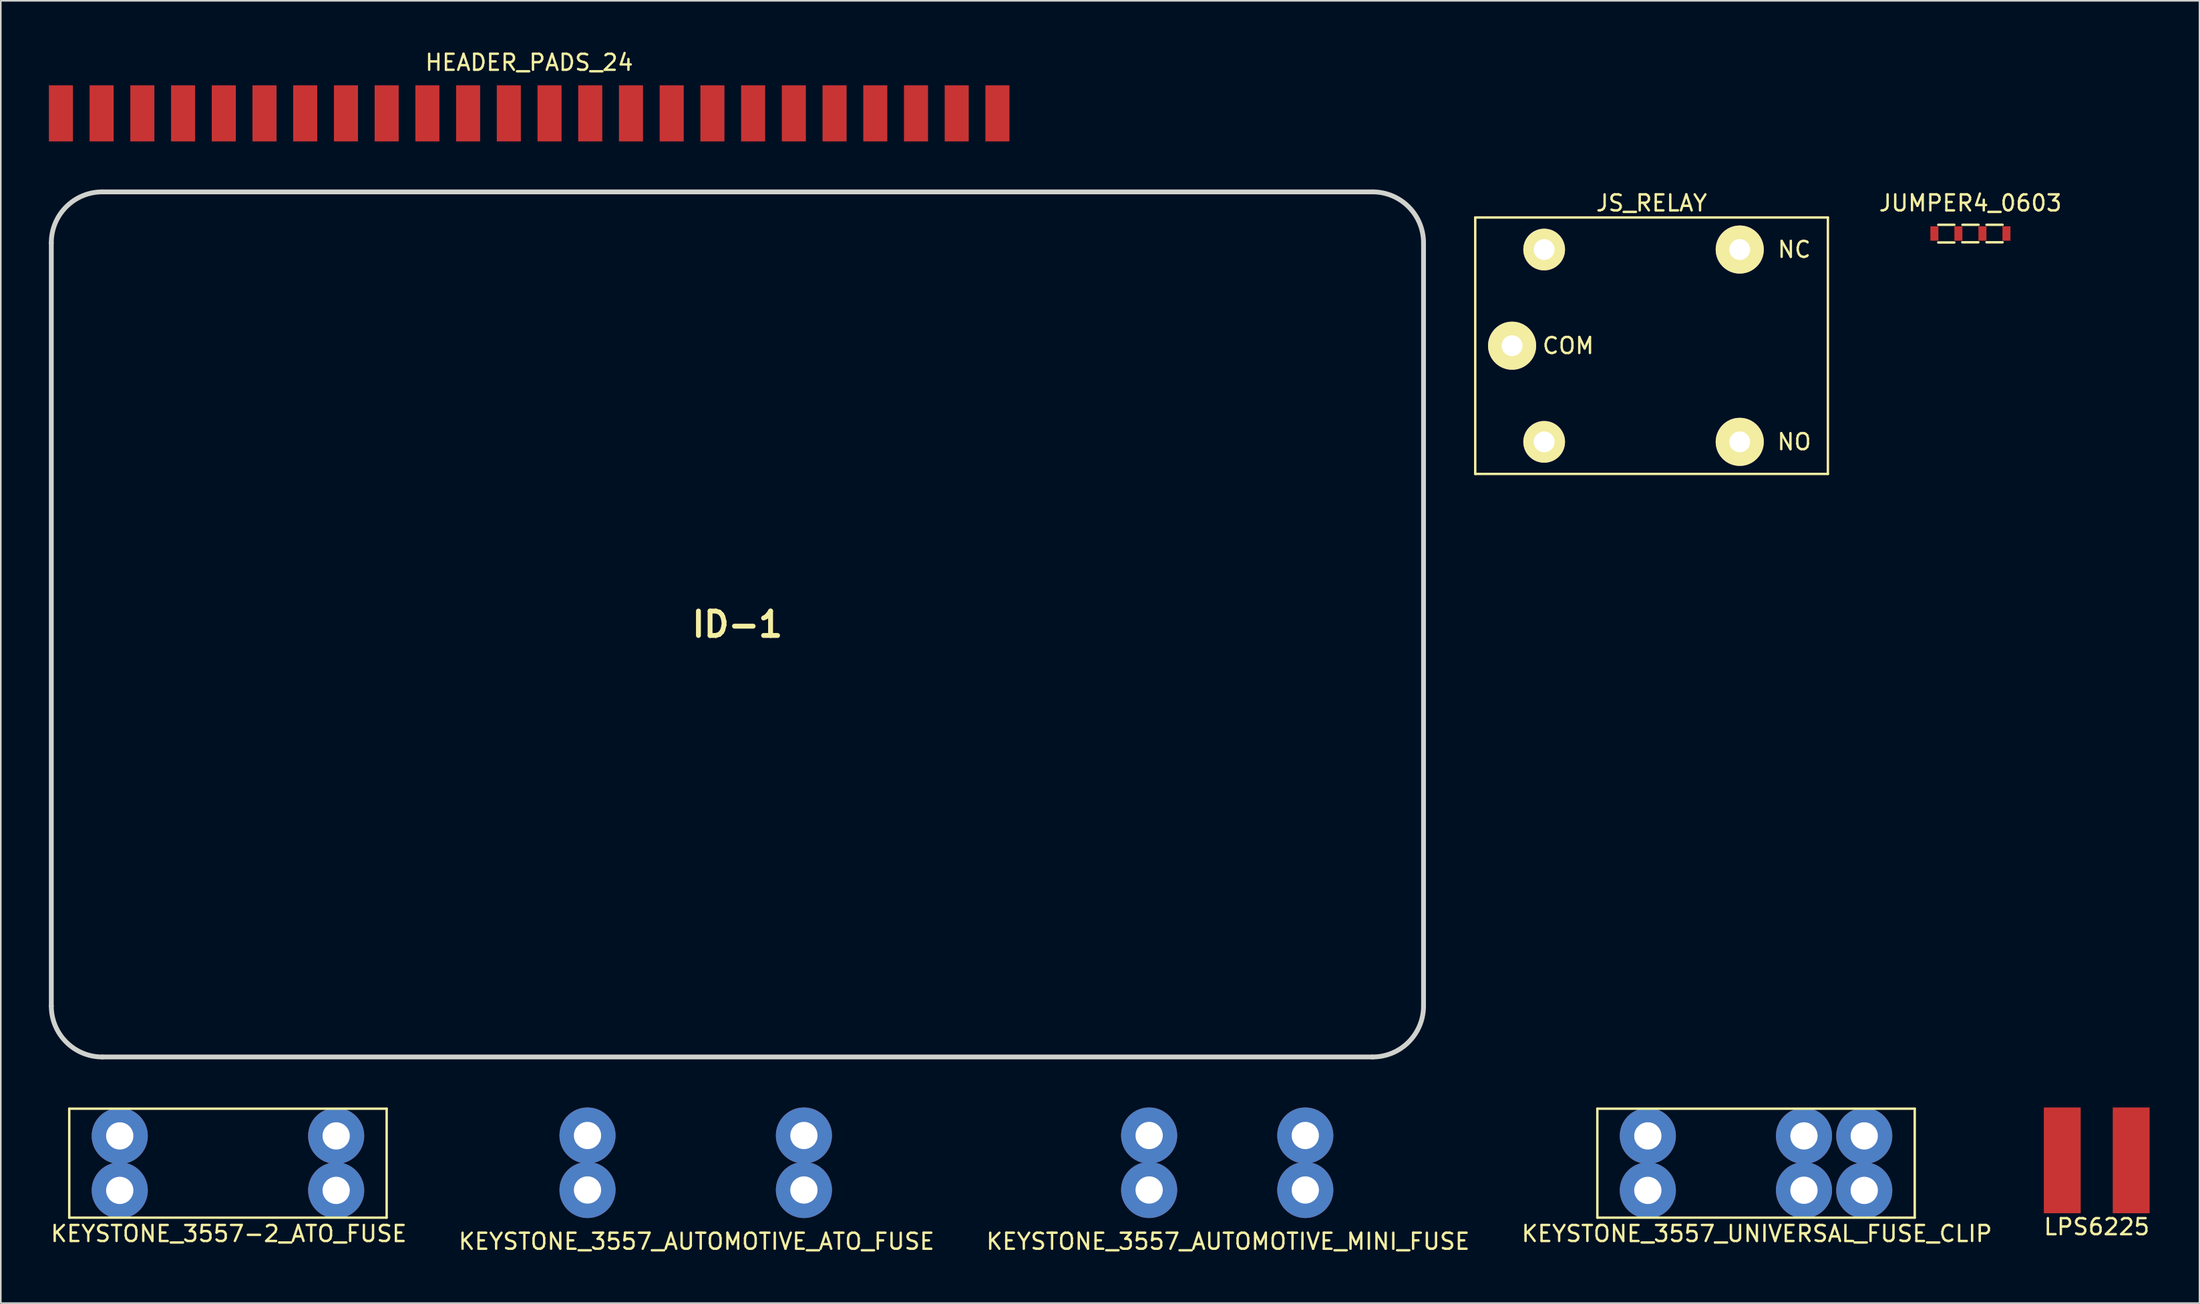
<source format=kicad_pcb>
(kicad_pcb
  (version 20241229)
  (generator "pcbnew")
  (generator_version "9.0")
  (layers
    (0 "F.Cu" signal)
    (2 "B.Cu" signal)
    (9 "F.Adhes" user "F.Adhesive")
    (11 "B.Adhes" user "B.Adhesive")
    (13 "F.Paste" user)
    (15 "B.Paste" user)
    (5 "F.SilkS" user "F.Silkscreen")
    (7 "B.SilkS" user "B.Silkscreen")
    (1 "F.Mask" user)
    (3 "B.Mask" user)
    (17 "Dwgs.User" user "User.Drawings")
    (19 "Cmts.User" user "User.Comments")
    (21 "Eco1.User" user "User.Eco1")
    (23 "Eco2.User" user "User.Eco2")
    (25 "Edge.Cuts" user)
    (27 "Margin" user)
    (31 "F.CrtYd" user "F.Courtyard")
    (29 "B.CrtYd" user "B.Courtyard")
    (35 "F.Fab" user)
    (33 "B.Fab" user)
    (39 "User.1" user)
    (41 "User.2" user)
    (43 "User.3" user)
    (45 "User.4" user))
  (footprint "KEYSTONE_3557_UNIVERSAL_FUSE_CLIP"
    (layer "F.Cu")
    (at 106.492 69.528)
    (property "Reference" "KEYSTONE_3557_UNIVERSAL_FUSE_CLIP" (at 0.05 4.4 0) (layer "F.SilkS") (effects (font (size 1 1) (thickness 0.15))))
    (attr through_hole)
    (fp_line (start -9.9 -3.4) (end 9.9 -3.4) (stroke (width 0.15) (type solid)) (layer "F.SilkS"))
    (fp_line (start -9.9 3.4) (end -9.9 -3.4) (stroke (width 0.15) (type solid)) (layer "F.SilkS"))
    (fp_line (start 9.9 -3.4) (end 9.9 3.4) (stroke (width 0.15) (type solid)) (layer "F.SilkS"))
    (fp_line (start 9.9 3.4) (end -9.9 3.4) (stroke (width 0.15) (type solid)) (layer "F.SilkS"))
    (pad "1" thru_hole circle (at -6.75 -1.7) (size 3.5 3.5) (drill 1.7) (layers "*.Cu" "*.Mask"))
    (pad "1" thru_hole circle (at -6.75 1.7) (size 3.5 3.5) (drill 1.7) (layers "*.Cu" "*.Mask"))
    (pad "2" thru_hole circle (at 2.99 -1.7) (size 3.5 3.5) (drill 1.7) (layers "*.Cu" "*.Mask"))
    (pad "2" thru_hole circle (at 2.99 1.69) (size 3.5 3.5) (drill 1.7) (layers "*.Cu" "*.Mask"))
    (pad "2" thru_hole circle (at 6.75 -1.7) (size 3.5 3.5) (drill 1.7) (layers "*.Cu" "*.Mask"))
    (pad "2" thru_hole circle (at 6.75 1.7) (size 3.5 3.5) (drill 1.7) (layers "*.Cu" "*.Mask")))
  (footprint "JUMPER4_0603"
    (layer "F.Cu")
    (at 119.865 11.521)
    (property "Reference" "JUMPER4_0603" (at 0 -1.9 0) (layer "F.SilkS") (effects (font (size 1 1) (thickness 0.15))))
    (attr smd)
    (fp_line (start -2.007 -0.546) (end -1.003 -0.546) (stroke (width 0.15) (type solid)) (layer "F.SilkS"))
    (fp_line (start -2.007 0.559) (end -1.003 0.559) (stroke (width 0.15) (type solid)) (layer "F.SilkS"))
    (fp_line (start -0.508 0.546) (end 0.495 0.546) (stroke (width 0.15) (type solid)) (layer "F.SilkS"))
    (fp_line (start -0.495 -0.546) (end 0.508 -0.546) (stroke (width 0.15) (type solid)) (layer "F.SilkS"))
    (fp_line (start 1.003 -0.546) (end 2.007 -0.546) (stroke (width 0.15) (type solid)) (layer "F.SilkS"))
    (fp_line (start 1.003 0.546) (end 2.007 0.546) (stroke (width 0.15) (type solid)) (layer "F.SilkS"))
    (pad "1" smd rect (at -2.248 0) (size 0.5 0.9) (layers "F.Cu" "F.Mask" "F.Paste"))
    (pad "2" smd rect (at -0.75 0) (size 0.5 0.9) (layers "F.Cu" "F.Mask" "F.Paste"))
    (pad "3" smd rect (at 0.75 0) (size 0.5 0.9) (layers "F.Cu" "F.Mask" "F.Paste"))
    (pad "4" smd rect (at 2.248 0) (size 0.5 0.9) (layers "F.Cu" "F.Mask" "F.Paste")))
  (footprint "KEYSTONE_3557-2_ATO_FUSE"
    (layer "F.Cu")
    (at 11.17 69.528)
    (property "Reference" "KEYSTONE_3557-2_ATO_FUSE" (at 0.05 4.4 0) (layer "F.SilkS") (effects (font (size 1 1) (thickness 0.15))))
    (attr through_hole)
    (fp_line (start -9.9 -3.4) (end 9.9 -3.4) (stroke (width 0.15) (type solid)) (layer "F.SilkS"))
    (fp_line (start -9.9 3.4) (end -9.9 -3.4) (stroke (width 0.15) (type solid)) (layer "F.SilkS"))
    (fp_line (start 9.9 -3.4) (end 9.9 3.4) (stroke (width 0.15) (type solid)) (layer "F.SilkS"))
    (fp_line (start 9.9 3.4) (end -9.9 3.4) (stroke (width 0.15) (type solid)) (layer "F.SilkS"))
    (pad "1" thru_hole circle (at -6.75 -1.7) (size 3.5 3.5) (drill 1.7) (layers "*.Cu" "*.Mask"))
    (pad "1" thru_hole circle (at -6.75 1.7) (size 3.5 3.5) (drill 1.7) (layers "*.Cu" "*.Mask"))
    (pad "2" thru_hole circle (at 6.75 -1.7) (size 3.5 3.5) (drill 1.7) (layers "*.Cu" "*.Mask"))
    (pad "2" thru_hole circle (at 6.75 1.7) (size 3.5 3.5) (drill 1.7) (layers "*.Cu" "*.Mask")))
  (footprint "HEADER_PADS_24"
    (layer "F.Cu")
    (at 29.96 4.023)
    (property "Reference" "HEADER_PADS_24" (at 0 -3.175 0) (layer "F.SilkS") (effects (font (size 1 1) (thickness 0.15))))
    (attr through_hole)
    (pad "1" smd rect (at -29.21 0) (size 1.5 3.5) (layers "F.Cu" "F.Mask" "F.Paste"))
    (pad "2" smd rect (at -26.67 0) (size 1.5 3.5) (layers "F.Cu" "F.Mask" "F.Paste"))
    (pad "3" smd rect (at -24.13 0) (size 1.5 3.5) (layers "F.Cu" "F.Mask" "F.Paste"))
    (pad "4" smd rect (at -21.59 0) (size 1.5 3.5) (layers "F.Cu" "F.Mask" "F.Paste"))
    (pad "5" smd rect (at -19.05 0) (size 1.5 3.5) (layers "F.Cu" "F.Mask" "F.Paste"))
    (pad "6" smd rect (at -16.51 0) (size 1.5 3.5) (layers "F.Cu" "F.Mask" "F.Paste"))
    (pad "7" smd rect (at -13.97 0) (size 1.5 3.5) (layers "F.Cu" "F.Mask" "F.Paste"))
    (pad "8" smd rect (at -11.43 0) (size 1.5 3.5) (layers "F.Cu" "F.Mask" "F.Paste"))
    (pad "9" smd rect (at -8.89 0) (size 1.5 3.5) (layers "F.Cu" "F.Mask" "F.Paste"))
    (pad "10" smd rect (at -6.35 0) (size 1.5 3.5) (layers "F.Cu" "F.Mask" "F.Paste"))
    (pad "11" smd rect (at -3.81 0) (size 1.5 3.5) (layers "F.Cu" "F.Mask" "F.Paste"))
    (pad "12" smd rect (at -1.27 0) (size 1.5 3.5) (layers "F.Cu" "F.Mask" "F.Paste"))
    (pad "13" smd rect (at 1.27 0) (size 1.5 3.5) (layers "F.Cu" "F.Mask" "F.Paste"))
    (pad "14" smd rect (at 3.81 0) (size 1.5 3.5) (layers "F.Cu" "F.Mask" "F.Paste"))
    (pad "15" smd rect (at 6.35 0) (size 1.5 3.5) (layers "F.Cu" "F.Mask" "F.Paste"))
    (pad "16" smd rect (at 8.89 0) (size 1.5 3.5) (layers "F.Cu" "F.Mask" "F.Paste"))
    (pad "17" smd rect (at 11.43 0) (size 1.5 3.5) (layers "F.Cu" "F.Mask" "F.Paste"))
    (pad "18" smd rect (at 13.97 0) (size 1.5 3.5) (layers "F.Cu" "F.Mask" "F.Paste"))
    (pad "19" smd rect (at 16.51 0) (size 1.5 3.5) (layers "F.Cu" "F.Mask" "F.Paste"))
    (pad "20" smd rect (at 19.05 0) (size 1.5 3.5) (layers "F.Cu" "F.Mask" "F.Paste"))
    (pad "21" smd rect (at 21.59 0) (size 1.5 3.5) (layers "F.Cu" "F.Mask" "F.Paste"))
    (pad "22" smd rect (at 24.13 0) (size 1.5 3.5) (layers "F.Cu" "F.Mask" "F.Paste"))
    (pad "23" smd rect (at 26.67 0) (size 1.5 3.5) (layers "F.Cu" "F.Mask" "F.Paste"))
    (pad "24" smd rect (at 29.21 0) (size 1.5 3.5) (layers "F.Cu" "F.Mask" "F.Paste")))
  (footprint "KEYSTONE_3557_AUTOMOTIVE_ATO_FUSE"
    (layer "F.Cu")
    (at 40.349 69.503)
    (property "Reference" "KEYSTONE_3557_AUTOMOTIVE_ATO_FUSE" (at 0.05 4.91 0) (layer "F.SilkS") (effects (font (size 1 1) (thickness 0.15))))
    (attr through_hole)
    (pad "1" thru_hole circle (at -6.75 -1.7) (size 3.5 3.5) (drill 1.7) (layers "*.Cu" "*.Mask"))
    (pad "1" thru_hole circle (at -6.75 1.7) (size 3.5 3.5) (drill 1.7) (layers "*.Cu" "*.Mask"))
    (pad "2" thru_hole circle (at 6.75 -1.7) (size 3.5 3.5) (drill 1.7) (layers "*.Cu" "*.Mask"))
    (pad "2" thru_hole circle (at 6.75 1.7) (size 3.5 3.5) (drill 1.7) (layers "*.Cu" "*.Mask")))
  (footprint "LPS6225"
    (layer "F.Cu")
    (at 127.744 69.353)
    (property "Reference" "LPS6225" (at 0 4.15 0) (layer "F.SilkS") (effects (font (size 1 1) (thickness 0.15))))
    (attr through_hole)
    (pad "1" smd rect (at -2.15 0) (size 2.3 6.6) (layers "F.Cu" "F.Mask" "F.Paste"))
    (pad "2" smd rect (at 2.15 0) (size 2.3 6.6) (layers "F.Cu" "F.Mask" "F.Paste")))
  (footprint "JS_RELAY"
    (layer "F.Cu")
    (at 99.975 18.521)
    (property "Reference" "JS_RELAY" (at 0 -8.9 0) (layer "F.SilkS") (effects (font (size 1 1) (thickness 0.15))))
    (attr through_hole)
    (fp_line (start -11 -8) (end 11 -8) (stroke (width 0.15) (type solid)) (layer "F.SilkS"))
    (fp_line (start -11 8) (end -11 -8) (stroke (width 0.15) (type solid)) (layer "F.SilkS"))
    (fp_line (start 11 -8) (end 11 8) (stroke (width 0.15) (type solid)) (layer "F.SilkS"))
    (fp_line (start 11 8) (end -11 8) (stroke (width 0.15) (type solid)) (layer "F.SilkS"))
    (fp_text user "NO" (at 8.9 6 0) (layer "F.SilkS") (effects (font (size 1 1) (thickness 0.15))))
    (fp_text user "COM" (at -5.2 0 0) (layer "F.SilkS") (effects (font (size 1 1) (thickness 0.15))))
    (fp_text user "NC" (at 8.9 -6 0) (layer "F.SilkS") (effects (font (size 1 1) (thickness 0.15))))
    (pad "1" thru_hole circle (at -8.7 0) (size 3 3) (drill 1.3) (layers "*.Cu" "*.Mask" "F.SilkS"))
    (pad "2" thru_hole circle (at -6.7 6) (size 2.6 2.6) (drill 1.3) (layers "*.Cu" "*.Mask" "F.SilkS"))
    (pad "3" thru_hole circle (at 5.5 6) (size 3 3) (drill 1.3) (layers "*.Cu" "*.Mask" "F.SilkS"))
    (pad "4" thru_hole circle (at 5.5 -6) (size 3 3) (drill 1.3) (layers "*.Cu" "*.Mask" "F.SilkS"))
    (pad "5" thru_hole circle (at -6.7 -6) (size 2.6 2.6) (drill 1.3) (layers "*.Cu" "*.Mask" "F.SilkS")))
  (footprint "ID-1"
    (layer "F.Cu")
    (at 42.95 35.913)
    (property "Reference" "ID-1" (at 0 0 0) (layer "F.SilkS") (effects (font (size 1.524 1.524) (thickness 0.305))))
    (attr through_hole)
    (fp_line (start -42.8 -23.81) (end -42.8 23.81) (stroke (width 0.3) (type solid)) (layer "Edge.Cuts"))
    (fp_line (start -39.62 26.99) (end 39.62 26.99) (stroke (width 0.3) (type solid)) (layer "Edge.Cuts"))
    (fp_line (start 39.62 -26.99) (end -39.62 -26.99) (stroke (width 0.3) (type solid)) (layer "Edge.Cuts"))
    (fp_line (start 42.8 23.81) (end 42.8 -23.81) (stroke (width 0.3) (type solid)) (layer "Edge.Cuts"))
    (fp_arc (start -42.8 -23.81) (mid -41.8686 -26.0586) (end -39.62 -26.99) (stroke (width 0.29972) (type solid)) (layer "Edge.Cuts"))
    (fp_arc (start -39.62 26.99) (mid -41.8686 26.0586) (end -42.8 23.81) (stroke (width 0.29972) (type solid)) (layer "Edge.Cuts"))
    (fp_arc (start 39.62 -26.99) (mid 41.8686 -26.0586) (end 42.8 -23.81) (stroke (width 0.29972) (type solid)) (layer "Edge.Cuts"))
    (fp_arc (start 42.8 23.81) (mid 41.8686 26.0586) (end 39.62 26.99) (stroke (width 0.29972) (type solid)) (layer "Edge.Cuts")))
  (footprint "KEYSTONE_3557_AUTOMOTIVE_MINI_FUSE"
    (layer "F.Cu")
    (at 73.504 69.503)
    (property "Reference" "KEYSTONE_3557_AUTOMOTIVE_MINI_FUSE" (at 0.05 4.91 0) (layer "F.SilkS") (effects (font (size 1 1) (thickness 0.15))))
    (attr through_hole)
    (pad "1" thru_hole circle (at -4.87 -1.7) (size 3.5 3.5) (drill 1.7) (layers "*.Cu" "*.Mask"))
    (pad "1" thru_hole circle (at -4.87 1.7) (size 3.5 3.5) (drill 1.7) (layers "*.Cu" "*.Mask"))
    (pad "2" thru_hole circle (at 4.87 -1.7) (size 3.5 3.5) (drill 1.7) (layers "*.Cu" "*.Mask"))
    (pad "2" thru_hole circle (at 4.87 1.7) (size 3.5 3.5) (drill 1.7) (layers "*.Cu" "*.Mask")))
  (gr_rect
    (start -3 -3)
    (end 134.155 78.261)
    (stroke (width 0.1) (type default))
    (fill no)
    (layer "Edge.Cuts")))
</source>
